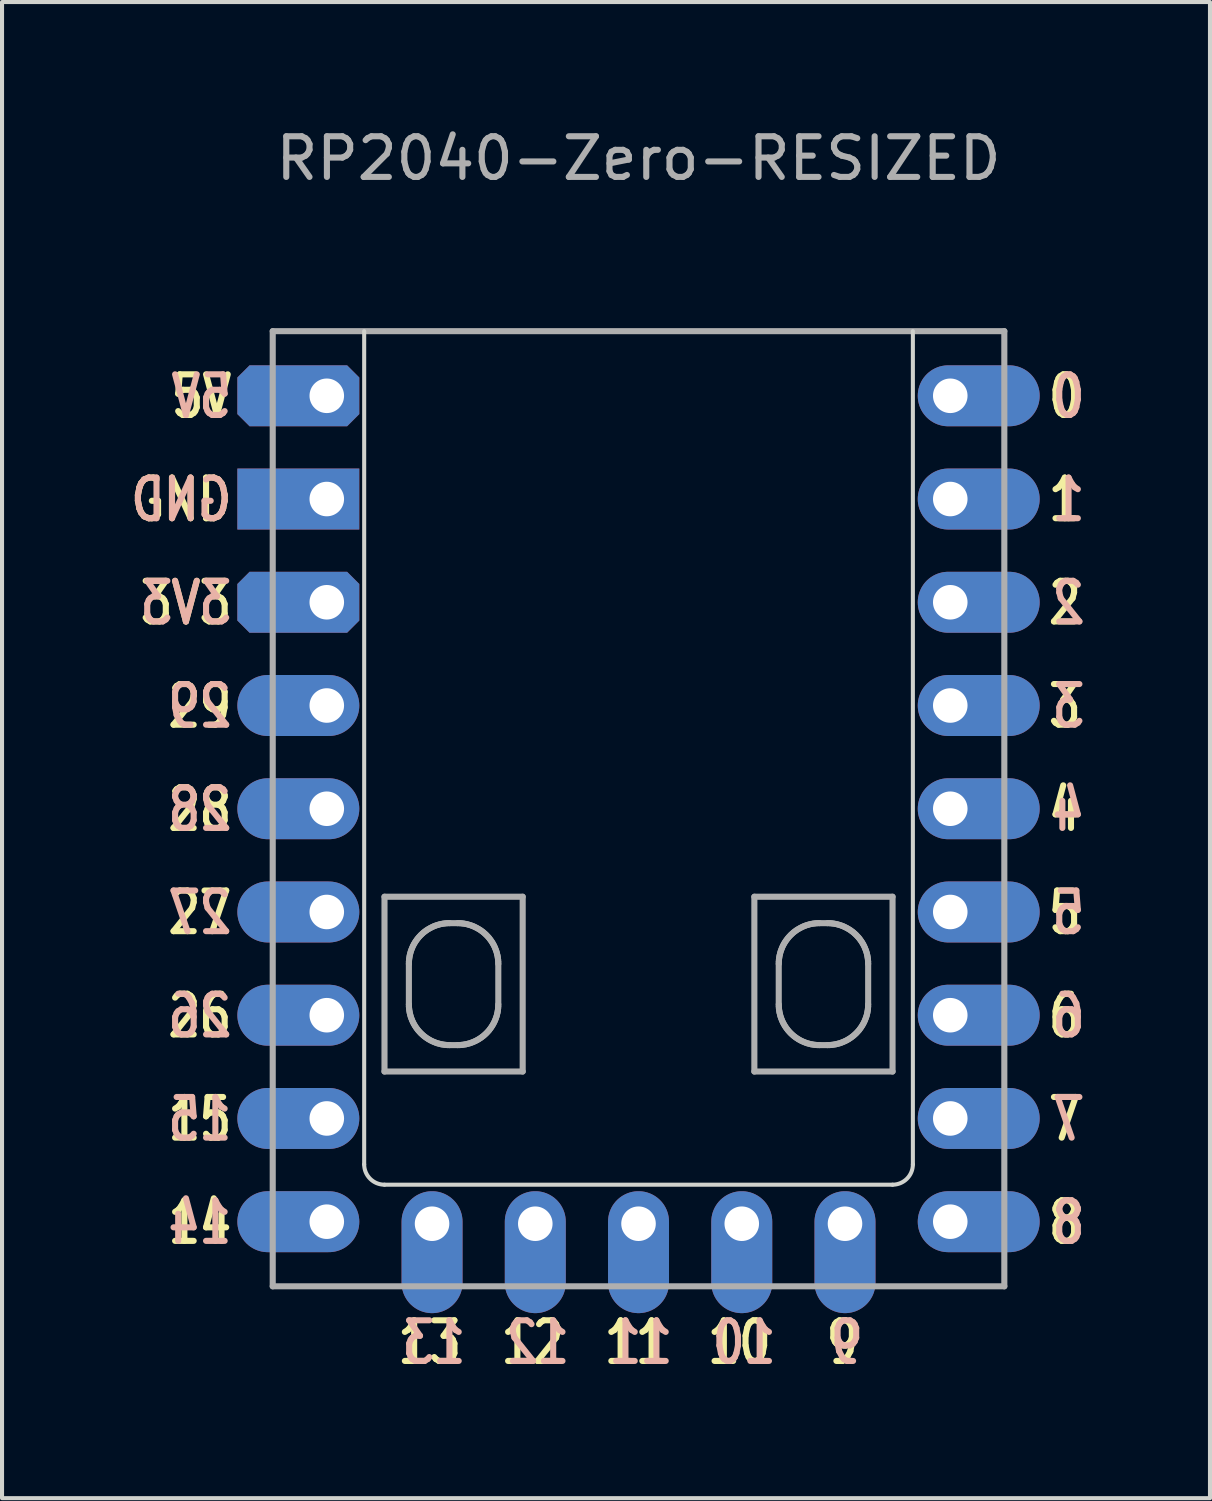
<source format=kicad_pcb>
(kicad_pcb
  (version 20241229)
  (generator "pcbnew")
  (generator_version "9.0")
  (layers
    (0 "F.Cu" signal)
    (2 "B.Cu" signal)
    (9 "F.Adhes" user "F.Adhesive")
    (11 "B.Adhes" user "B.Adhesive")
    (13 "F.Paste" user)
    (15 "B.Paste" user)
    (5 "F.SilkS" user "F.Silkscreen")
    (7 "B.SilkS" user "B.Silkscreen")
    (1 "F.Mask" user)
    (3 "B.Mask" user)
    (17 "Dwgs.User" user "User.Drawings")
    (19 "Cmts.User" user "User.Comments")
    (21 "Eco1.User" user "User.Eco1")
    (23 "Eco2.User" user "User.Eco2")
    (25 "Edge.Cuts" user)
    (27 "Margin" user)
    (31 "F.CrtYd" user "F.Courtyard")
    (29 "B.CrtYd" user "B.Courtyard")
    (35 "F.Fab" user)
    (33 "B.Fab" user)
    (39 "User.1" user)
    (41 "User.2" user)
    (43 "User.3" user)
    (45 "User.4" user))
  (footprint "RP2040-Zero-RESIZED"
    (layer "F.Cu")
    (at 12.66 16.848)
    (property "Reference" "RP2040-Zero-RESIZED" (at 0 -16 0) (layer "F.Fab") (effects (font (size 1 1) (thickness 0.15))))
    (attr through_hole exclude_from_pos_files)
    (fp_line (start -6.75 -11.75) (end -6.75 8.75) (stroke (width 0.1) (type solid)) (layer "Edge.Cuts"))
    (fp_line (start -6.25 9.25) (end 6.25 9.25) (stroke (width 0.1) (type solid)) (layer "Edge.Cuts"))
    (fp_line (start 6.75 8.75) (end 6.75 -11.75) (stroke (width 0.1) (type solid)) (layer "Edge.Cuts"))
    (fp_arc (start -6.25 9.25) (mid -6.603553 9.103553) (end -6.75 8.75) (stroke (width 0.1) (type default)) (layer "Edge.Cuts"))
    (fp_arc (start 6.75 8.75) (mid 6.603553 9.103553) (end 6.25 9.25) (stroke (width 0.1) (type default)) (layer "Edge.Cuts"))
    (fp_line (start -9 -11.75) (end 9 -11.75) (stroke (width 0.15) (type default)) (layer "F.Fab"))
    (fp_line (start -9 11.75) (end -9 -11.75) (stroke (width 0.15) (type default)) (layer "F.Fab"))
    (fp_line (start -9 11.75) (end 9 11.75) (stroke (width 0.15) (type default)) (layer "F.Fab"))
    (fp_line (start -6.25 2.165) (end -2.85 2.165) (stroke (width 0.15) (type default)) (layer "F.Fab"))
    (fp_line (start -6.25 6.465) (end -6.25 2.165) (stroke (width 0.15) (type default)) (layer "F.Fab"))
    (fp_line (start -5.65 3.815) (end -5.649 3.763) (stroke (width 0.15) (type default)) (layer "F.Fab"))
    (fp_line (start -5.65 4.815) (end -5.65 3.815) (stroke (width 0.15) (type default)) (layer "F.Fab"))
    (fp_line (start -5.649 3.763) (end -5.645 3.713) (stroke (width 0.15) (type default)) (layer "F.Fab"))
    (fp_line (start -5.649 4.866) (end -5.65 4.815) (stroke (width 0.15) (type default)) (layer "F.Fab"))
    (fp_line (start -5.645 3.713) (end -5.638 3.663) (stroke (width 0.15) (type default)) (layer "F.Fab"))
    (fp_line (start -5.645 4.917) (end -5.649 4.866) (stroke (width 0.15) (type default)) (layer "F.Fab"))
    (fp_line (start -5.638 3.663) (end -5.63 3.613) (stroke (width 0.15) (type default)) (layer "F.Fab"))
    (fp_line (start -5.638 4.967) (end -5.645 4.917) (stroke (width 0.15) (type default)) (layer "F.Fab"))
    (fp_line (start -5.63 3.613) (end -5.618 3.565) (stroke (width 0.15) (type default)) (layer "F.Fab"))
    (fp_line (start -5.63 5.016) (end -5.638 4.967) (stroke (width 0.15) (type default)) (layer "F.Fab"))
    (fp_line (start -5.618 3.565) (end -5.605 3.518) (stroke (width 0.15) (type default)) (layer "F.Fab"))
    (fp_line (start -5.618 5.065) (end -5.63 5.016) (stroke (width 0.15) (type default)) (layer "F.Fab"))
    (fp_line (start -5.605 3.518) (end -5.589 3.471) (stroke (width 0.15) (type default)) (layer "F.Fab"))
    (fp_line (start -5.605 5.112) (end -5.618 5.065) (stroke (width 0.15) (type default)) (layer "F.Fab"))
    (fp_line (start -5.589 3.471) (end -5.571 3.426) (stroke (width 0.15) (type default)) (layer "F.Fab"))
    (fp_line (start -5.589 5.159) (end -5.605 5.112) (stroke (width 0.15) (type default)) (layer "F.Fab"))
    (fp_line (start -5.571 3.426) (end -5.551 3.381) (stroke (width 0.15) (type default)) (layer "F.Fab"))
    (fp_line (start -5.571 5.204) (end -5.589 5.159) (stroke (width 0.15) (type default)) (layer "F.Fab"))
    (fp_line (start -5.551 3.381) (end -5.529 3.338) (stroke (width 0.15) (type default)) (layer "F.Fab"))
    (fp_line (start -5.551 5.248) (end -5.571 5.204) (stroke (width 0.15) (type default)) (layer "F.Fab"))
    (fp_line (start -5.529 3.338) (end -5.505 3.296) (stroke (width 0.15) (type default)) (layer "F.Fab"))
    (fp_line (start -5.529 5.291) (end -5.551 5.248) (stroke (width 0.15) (type default)) (layer "F.Fab"))
    (fp_line (start -5.505 3.296) (end -5.479 3.256) (stroke (width 0.15) (type default)) (layer "F.Fab"))
    (fp_line (start -5.505 5.333) (end -5.529 5.291) (stroke (width 0.15) (type default)) (layer "F.Fab"))
    (fp_line (start -5.479 3.256) (end -5.451 3.217) (stroke (width 0.15) (type default)) (layer "F.Fab"))
    (fp_line (start -5.479 5.374) (end -5.505 5.333) (stroke (width 0.15) (type default)) (layer "F.Fab"))
    (fp_line (start -5.451 3.217) (end -5.421 3.179) (stroke (width 0.15) (type default)) (layer "F.Fab"))
    (fp_line (start -5.451 5.413) (end -5.479 5.374) (stroke (width 0.15) (type default)) (layer "F.Fab"))
    (fp_line (start -5.421 3.179) (end -5.39 3.143) (stroke (width 0.15) (type default)) (layer "F.Fab"))
    (fp_line (start -5.421 5.451) (end -5.451 5.413) (stroke (width 0.15) (type default)) (layer "F.Fab"))
    (fp_line (start -5.39 3.143) (end -5.357 3.108) (stroke (width 0.15) (type default)) (layer "F.Fab"))
    (fp_line (start -5.39 5.487) (end -5.421 5.451) (stroke (width 0.15) (type default)) (layer "F.Fab"))
    (fp_line (start -5.357 3.108) (end -5.322 3.075) (stroke (width 0.15) (type default)) (layer "F.Fab"))
    (fp_line (start -5.357 5.522) (end -5.39 5.487) (stroke (width 0.15) (type default)) (layer "F.Fab"))
    (fp_line (start -5.322 3.075) (end -5.286 3.043) (stroke (width 0.15) (type default)) (layer "F.Fab"))
    (fp_line (start -5.322 5.555) (end -5.357 5.522) (stroke (width 0.15) (type default)) (layer "F.Fab"))
    (fp_line (start -5.286 3.043) (end -5.248 3.014) (stroke (width 0.15) (type default)) (layer "F.Fab"))
    (fp_line (start -5.286 5.586) (end -5.322 5.555) (stroke (width 0.15) (type default)) (layer "F.Fab"))
    (fp_line (start -5.248 3.014) (end -5.209 2.986) (stroke (width 0.15) (type default)) (layer "F.Fab"))
    (fp_line (start -5.248 5.616) (end -5.286 5.586) (stroke (width 0.15) (type default)) (layer "F.Fab"))
    (fp_line (start -5.209 2.986) (end -5.168 2.96) (stroke (width 0.15) (type default)) (layer "F.Fab"))
    (fp_line (start -5.209 5.644) (end -5.248 5.616) (stroke (width 0.15) (type default)) (layer "F.Fab"))
    (fp_line (start -5.168 2.96) (end -5.126 2.936) (stroke (width 0.15) (type default)) (layer "F.Fab"))
    (fp_line (start -5.168 5.67) (end -5.209 5.644) (stroke (width 0.15) (type default)) (layer "F.Fab"))
    (fp_line (start -5.126 2.936) (end -5.083 2.914) (stroke (width 0.15) (type default)) (layer "F.Fab"))
    (fp_line (start -5.126 5.694) (end -5.168 5.67) (stroke (width 0.15) (type default)) (layer "F.Fab"))
    (fp_line (start -5.083 2.914) (end -5.039 2.893) (stroke (width 0.15) (type default)) (layer "F.Fab"))
    (fp_line (start -5.083 5.716) (end -5.126 5.694) (stroke (width 0.15) (type default)) (layer "F.Fab"))
    (fp_line (start -5.039 2.893) (end -4.994 2.876) (stroke (width 0.15) (type default)) (layer "F.Fab"))
    (fp_line (start -5.039 5.736) (end -5.083 5.716) (stroke (width 0.15) (type default)) (layer "F.Fab"))
    (fp_line (start -4.994 2.876) (end -4.947 2.86) (stroke (width 0.15) (type default)) (layer "F.Fab"))
    (fp_line (start -4.994 5.754) (end -5.039 5.736) (stroke (width 0.15) (type default)) (layer "F.Fab"))
    (fp_line (start -4.947 2.86) (end -4.9 2.846) (stroke (width 0.15) (type default)) (layer "F.Fab"))
    (fp_line (start -4.947 5.77) (end -4.994 5.754) (stroke (width 0.15) (type default)) (layer "F.Fab"))
    (fp_line (start -4.9 2.846) (end -4.851 2.835) (stroke (width 0.15) (type default)) (layer "F.Fab"))
    (fp_line (start -4.9 5.783) (end -4.947 5.77) (stroke (width 0.15) (type default)) (layer "F.Fab"))
    (fp_line (start -4.851 2.835) (end -4.802 2.826) (stroke (width 0.15) (type default)) (layer "F.Fab"))
    (fp_line (start -4.851 5.795) (end -4.9 5.783) (stroke (width 0.15) (type default)) (layer "F.Fab"))
    (fp_line (start -4.802 2.826) (end -4.752 2.82) (stroke (width 0.15) (type default)) (layer "F.Fab"))
    (fp_line (start -4.802 5.803) (end -4.851 5.795) (stroke (width 0.15) (type default)) (layer "F.Fab"))
    (fp_line (start -4.752 2.82) (end -4.701 2.816) (stroke (width 0.15) (type default)) (layer "F.Fab"))
    (fp_line (start -4.752 5.81) (end -4.802 5.803) (stroke (width 0.15) (type default)) (layer "F.Fab"))
    (fp_line (start -4.701 2.816) (end -4.65 2.815) (stroke (width 0.15) (type default)) (layer "F.Fab"))
    (fp_line (start -4.701 5.814) (end -4.752 5.81) (stroke (width 0.15) (type default)) (layer "F.Fab"))
    (fp_line (start -4.65 2.815) (end -4.45 2.815) (stroke (width 0.15) (type default)) (layer "F.Fab"))
    (fp_line (start -4.65 5.815) (end -4.701 5.814) (stroke (width 0.15) (type default)) (layer "F.Fab"))
    (fp_line (start -4.45 2.815) (end -4.399 2.816) (stroke (width 0.15) (type default)) (layer "F.Fab"))
    (fp_line (start -4.45 5.815) (end -4.65 5.815) (stroke (width 0.15) (type default)) (layer "F.Fab"))
    (fp_line (start -4.399 2.816) (end -4.348 2.82) (stroke (width 0.15) (type default)) (layer "F.Fab"))
    (fp_line (start -4.399 5.814) (end -4.45 5.815) (stroke (width 0.15) (type default)) (layer "F.Fab"))
    (fp_line (start -4.348 2.82) (end -4.298 2.826) (stroke (width 0.15) (type default)) (layer "F.Fab"))
    (fp_line (start -4.348 5.81) (end -4.399 5.814) (stroke (width 0.15) (type default)) (layer "F.Fab"))
    (fp_line (start -4.298 2.826) (end -4.248 2.835) (stroke (width 0.15) (type default)) (layer "F.Fab"))
    (fp_line (start -4.298 5.803) (end -4.348 5.81) (stroke (width 0.15) (type default)) (layer "F.Fab"))
    (fp_line (start -4.248 2.835) (end -4.2 2.846) (stroke (width 0.15) (type default)) (layer "F.Fab"))
    (fp_line (start -4.248 5.795) (end -4.298 5.803) (stroke (width 0.15) (type default)) (layer "F.Fab"))
    (fp_line (start -4.2 2.846) (end -4.153 2.86) (stroke (width 0.15) (type default)) (layer "F.Fab"))
    (fp_line (start -4.2 5.783) (end -4.248 5.795) (stroke (width 0.15) (type default)) (layer "F.Fab"))
    (fp_line (start -4.153 2.86) (end -4.106 2.876) (stroke (width 0.15) (type default)) (layer "F.Fab"))
    (fp_line (start -4.153 5.77) (end -4.2 5.783) (stroke (width 0.15) (type default)) (layer "F.Fab"))
    (fp_line (start -4.106 2.876) (end -4.061 2.893) (stroke (width 0.15) (type default)) (layer "F.Fab"))
    (fp_line (start -4.106 5.754) (end -4.153 5.77) (stroke (width 0.15) (type default)) (layer "F.Fab"))
    (fp_line (start -4.061 2.893) (end -4.017 2.914) (stroke (width 0.15) (type default)) (layer "F.Fab"))
    (fp_line (start -4.061 5.736) (end -4.106 5.754) (stroke (width 0.15) (type default)) (layer "F.Fab"))
    (fp_line (start -4.017 2.914) (end -3.974 2.936) (stroke (width 0.15) (type default)) (layer "F.Fab"))
    (fp_line (start -4.017 5.716) (end -4.061 5.736) (stroke (width 0.15) (type default)) (layer "F.Fab"))
    (fp_line (start -3.974 2.936) (end -3.932 2.96) (stroke (width 0.15) (type default)) (layer "F.Fab"))
    (fp_line (start -3.974 5.694) (end -4.017 5.716) (stroke (width 0.15) (type default)) (layer "F.Fab"))
    (fp_line (start -3.932 2.96) (end -3.891 2.986) (stroke (width 0.15) (type default)) (layer "F.Fab"))
    (fp_line (start -3.932 5.67) (end -3.974 5.694) (stroke (width 0.15) (type default)) (layer "F.Fab"))
    (fp_line (start -3.891 2.986) (end -3.852 3.014) (stroke (width 0.15) (type default)) (layer "F.Fab"))
    (fp_line (start -3.891 5.644) (end -3.932 5.67) (stroke (width 0.15) (type default)) (layer "F.Fab"))
    (fp_line (start -3.852 3.014) (end -3.814 3.043) (stroke (width 0.15) (type default)) (layer "F.Fab"))
    (fp_line (start -3.852 5.616) (end -3.891 5.644) (stroke (width 0.15) (type default)) (layer "F.Fab"))
    (fp_line (start -3.814 3.043) (end -3.778 3.075) (stroke (width 0.15) (type default)) (layer "F.Fab"))
    (fp_line (start -3.814 5.586) (end -3.852 5.616) (stroke (width 0.15) (type default)) (layer "F.Fab"))
    (fp_line (start -3.778 3.075) (end -3.743 3.108) (stroke (width 0.15) (type default)) (layer "F.Fab"))
    (fp_line (start -3.778 5.555) (end -3.814 5.586) (stroke (width 0.15) (type default)) (layer "F.Fab"))
    (fp_line (start -3.743 3.108) (end -3.71 3.143) (stroke (width 0.15) (type default)) (layer "F.Fab"))
    (fp_line (start -3.743 5.522) (end -3.778 5.555) (stroke (width 0.15) (type default)) (layer "F.Fab"))
    (fp_line (start -3.71 3.143) (end -3.678 3.179) (stroke (width 0.15) (type default)) (layer "F.Fab"))
    (fp_line (start -3.71 5.487) (end -3.743 5.522) (stroke (width 0.15) (type default)) (layer "F.Fab"))
    (fp_line (start -3.678 3.179) (end -3.649 3.217) (stroke (width 0.15) (type default)) (layer "F.Fab"))
    (fp_line (start -3.678 5.451) (end -3.71 5.487) (stroke (width 0.15) (type default)) (layer "F.Fab"))
    (fp_line (start -3.649 3.217) (end -3.621 3.256) (stroke (width 0.15) (type default)) (layer "F.Fab"))
    (fp_line (start -3.649 5.413) (end -3.678 5.451) (stroke (width 0.15) (type default)) (layer "F.Fab"))
    (fp_line (start -3.621 3.256) (end -3.595 3.296) (stroke (width 0.15) (type default)) (layer "F.Fab"))
    (fp_line (start -3.621 5.374) (end -3.649 5.413) (stroke (width 0.15) (type default)) (layer "F.Fab"))
    (fp_line (start -3.595 3.296) (end -3.571 3.338) (stroke (width 0.15) (type default)) (layer "F.Fab"))
    (fp_line (start -3.595 5.333) (end -3.621 5.374) (stroke (width 0.15) (type default)) (layer "F.Fab"))
    (fp_line (start -3.571 3.338) (end -3.549 3.381) (stroke (width 0.15) (type default)) (layer "F.Fab"))
    (fp_line (start -3.571 5.291) (end -3.595 5.333) (stroke (width 0.15) (type default)) (layer "F.Fab"))
    (fp_line (start -3.549 3.381) (end -3.529 3.426) (stroke (width 0.15) (type default)) (layer "F.Fab"))
    (fp_line (start -3.549 5.248) (end -3.571 5.291) (stroke (width 0.15) (type default)) (layer "F.Fab"))
    (fp_line (start -3.529 3.426) (end -3.511 3.471) (stroke (width 0.15) (type default)) (layer "F.Fab"))
    (fp_line (start -3.529 5.204) (end -3.549 5.248) (stroke (width 0.15) (type default)) (layer "F.Fab"))
    (fp_line (start -3.511 3.471) (end -3.495 3.518) (stroke (width 0.15) (type default)) (layer "F.Fab"))
    (fp_line (start -3.511 5.159) (end -3.529 5.204) (stroke (width 0.15) (type default)) (layer "F.Fab"))
    (fp_line (start -3.495 3.518) (end -3.482 3.565) (stroke (width 0.15) (type default)) (layer "F.Fab"))
    (fp_line (start -3.495 5.112) (end -3.511 5.159) (stroke (width 0.15) (type default)) (layer "F.Fab"))
    (fp_line (start -3.482 3.565) (end -3.47 3.613) (stroke (width 0.15) (type default)) (layer "F.Fab"))
    (fp_line (start -3.482 5.065) (end -3.495 5.112) (stroke (width 0.15) (type default)) (layer "F.Fab"))
    (fp_line (start -3.47 3.613) (end -3.462 3.663) (stroke (width 0.15) (type default)) (layer "F.Fab"))
    (fp_line (start -3.47 5.016) (end -3.482 5.065) (stroke (width 0.15) (type default)) (layer "F.Fab"))
    (fp_line (start -3.462 3.663) (end -3.455 3.713) (stroke (width 0.15) (type default)) (layer "F.Fab"))
    (fp_line (start -3.462 4.967) (end -3.47 5.016) (stroke (width 0.15) (type default)) (layer "F.Fab"))
    (fp_line (start -3.455 3.713) (end -3.451 3.763) (stroke (width 0.15) (type default)) (layer "F.Fab"))
    (fp_line (start -3.455 4.917) (end -3.462 4.967) (stroke (width 0.15) (type default)) (layer "F.Fab"))
    (fp_line (start -3.451 3.763) (end -3.45 3.815) (stroke (width 0.15) (type default)) (layer "F.Fab"))
    (fp_line (start -3.451 4.866) (end -3.455 4.917) (stroke (width 0.15) (type default)) (layer "F.Fab"))
    (fp_line (start -3.45 3.815) (end -3.45 4.815) (stroke (width 0.15) (type default)) (layer "F.Fab"))
    (fp_line (start -3.45 4.815) (end -3.451 4.866) (stroke (width 0.15) (type default)) (layer "F.Fab"))
    (fp_line (start -2.85 2.165) (end -2.85 6.465) (stroke (width 0.15) (type default)) (layer "F.Fab"))
    (fp_line (start -2.85 6.465) (end -6.25 6.465) (stroke (width 0.15) (type default)) (layer "F.Fab"))
    (fp_line (start 2.85 2.165) (end 6.25 2.165) (stroke (width 0.15) (type default)) (layer "F.Fab"))
    (fp_line (start 2.85 6.465) (end 2.85 2.165) (stroke (width 0.15) (type default)) (layer "F.Fab"))
    (fp_line (start 3.45 3.815) (end 3.451 3.763) (stroke (width 0.15) (type default)) (layer "F.Fab"))
    (fp_line (start 3.45 4.815) (end 3.45 3.815) (stroke (width 0.15) (type default)) (layer "F.Fab"))
    (fp_line (start 3.451 3.763) (end 3.455 3.713) (stroke (width 0.15) (type default)) (layer "F.Fab"))
    (fp_line (start 3.451 4.866) (end 3.45 4.815) (stroke (width 0.15) (type default)) (layer "F.Fab"))
    (fp_line (start 3.455 3.713) (end 3.462 3.663) (stroke (width 0.15) (type default)) (layer "F.Fab"))
    (fp_line (start 3.455 4.917) (end 3.451 4.866) (stroke (width 0.15) (type default)) (layer "F.Fab"))
    (fp_line (start 3.462 3.663) (end 3.47 3.613) (stroke (width 0.15) (type default)) (layer "F.Fab"))
    (fp_line (start 3.462 4.967) (end 3.455 4.917) (stroke (width 0.15) (type default)) (layer "F.Fab"))
    (fp_line (start 3.47 3.613) (end 3.482 3.565) (stroke (width 0.15) (type default)) (layer "F.Fab"))
    (fp_line (start 3.47 5.016) (end 3.462 4.967) (stroke (width 0.15) (type default)) (layer "F.Fab"))
    (fp_line (start 3.482 3.565) (end 3.495 3.518) (stroke (width 0.15) (type default)) (layer "F.Fab"))
    (fp_line (start 3.482 5.065) (end 3.47 5.016) (stroke (width 0.15) (type default)) (layer "F.Fab"))
    (fp_line (start 3.495 3.518) (end 3.511 3.471) (stroke (width 0.15) (type default)) (layer "F.Fab"))
    (fp_line (start 3.495 5.112) (end 3.482 5.065) (stroke (width 0.15) (type default)) (layer "F.Fab"))
    (fp_line (start 3.511 3.471) (end 3.529 3.426) (stroke (width 0.15) (type default)) (layer "F.Fab"))
    (fp_line (start 3.511 5.159) (end 3.495 5.112) (stroke (width 0.15) (type default)) (layer "F.Fab"))
    (fp_line (start 3.529 3.426) (end 3.549 3.381) (stroke (width 0.15) (type default)) (layer "F.Fab"))
    (fp_line (start 3.529 5.204) (end 3.511 5.159) (stroke (width 0.15) (type default)) (layer "F.Fab"))
    (fp_line (start 3.549 3.381) (end 3.571 3.338) (stroke (width 0.15) (type default)) (layer "F.Fab"))
    (fp_line (start 3.549 5.248) (end 3.529 5.204) (stroke (width 0.15) (type default)) (layer "F.Fab"))
    (fp_line (start 3.571 3.338) (end 3.595 3.296) (stroke (width 0.15) (type default)) (layer "F.Fab"))
    (fp_line (start 3.571 5.291) (end 3.549 5.248) (stroke (width 0.15) (type default)) (layer "F.Fab"))
    (fp_line (start 3.595 3.296) (end 3.621 3.256) (stroke (width 0.15) (type default)) (layer "F.Fab"))
    (fp_line (start 3.595 5.333) (end 3.571 5.291) (stroke (width 0.15) (type default)) (layer "F.Fab"))
    (fp_line (start 3.621 3.256) (end 3.649 3.217) (stroke (width 0.15) (type default)) (layer "F.Fab"))
    (fp_line (start 3.621 5.374) (end 3.595 5.333) (stroke (width 0.15) (type default)) (layer "F.Fab"))
    (fp_line (start 3.649 3.217) (end 3.679 3.179) (stroke (width 0.15) (type default)) (layer "F.Fab"))
    (fp_line (start 3.649 5.413) (end 3.621 5.374) (stroke (width 0.15) (type default)) (layer "F.Fab"))
    (fp_line (start 3.679 3.179) (end 3.71 3.143) (stroke (width 0.15) (type default)) (layer "F.Fab"))
    (fp_line (start 3.679 5.451) (end 3.649 5.413) (stroke (width 0.15) (type default)) (layer "F.Fab"))
    (fp_line (start 3.71 3.143) (end 3.743 3.108) (stroke (width 0.15) (type default)) (layer "F.Fab"))
    (fp_line (start 3.71 5.487) (end 3.679 5.451) (stroke (width 0.15) (type default)) (layer "F.Fab"))
    (fp_line (start 3.743 3.108) (end 3.778 3.075) (stroke (width 0.15) (type default)) (layer "F.Fab"))
    (fp_line (start 3.743 5.522) (end 3.71 5.487) (stroke (width 0.15) (type default)) (layer "F.Fab"))
    (fp_line (start 3.778 3.075) (end 3.814 3.043) (stroke (width 0.15) (type default)) (layer "F.Fab"))
    (fp_line (start 3.778 5.555) (end 3.743 5.522) (stroke (width 0.15) (type default)) (layer "F.Fab"))
    (fp_line (start 3.814 3.043) (end 3.852 3.014) (stroke (width 0.15) (type default)) (layer "F.Fab"))
    (fp_line (start 3.814 5.586) (end 3.778 5.555) (stroke (width 0.15) (type default)) (layer "F.Fab"))
    (fp_line (start 3.852 3.014) (end 3.891 2.986) (stroke (width 0.15) (type default)) (layer "F.Fab"))
    (fp_line (start 3.852 5.616) (end 3.814 5.586) (stroke (width 0.15) (type default)) (layer "F.Fab"))
    (fp_line (start 3.891 2.986) (end 3.932 2.96) (stroke (width 0.15) (type default)) (layer "F.Fab"))
    (fp_line (start 3.891 5.644) (end 3.852 5.616) (stroke (width 0.15) (type default)) (layer "F.Fab"))
    (fp_line (start 3.932 2.96) (end 3.974 2.936) (stroke (width 0.15) (type default)) (layer "F.Fab"))
    (fp_line (start 3.932 5.67) (end 3.891 5.644) (stroke (width 0.15) (type default)) (layer "F.Fab"))
    (fp_line (start 3.974 2.936) (end 4.017 2.914) (stroke (width 0.15) (type default)) (layer "F.Fab"))
    (fp_line (start 3.974 5.694) (end 3.932 5.67) (stroke (width 0.15) (type default)) (layer "F.Fab"))
    (fp_line (start 4.017 2.914) (end 4.061 2.893) (stroke (width 0.15) (type default)) (layer "F.Fab"))
    (fp_line (start 4.017 5.716) (end 3.974 5.694) (stroke (width 0.15) (type default)) (layer "F.Fab"))
    (fp_line (start 4.061 2.893) (end 4.106 2.876) (stroke (width 0.15) (type default)) (layer "F.Fab"))
    (fp_line (start 4.061 5.736) (end 4.017 5.716) (stroke (width 0.15) (type default)) (layer "F.Fab"))
    (fp_line (start 4.106 2.876) (end 4.153 2.86) (stroke (width 0.15) (type default)) (layer "F.Fab"))
    (fp_line (start 4.106 5.754) (end 4.061 5.736) (stroke (width 0.15) (type default)) (layer "F.Fab"))
    (fp_line (start 4.153 2.86) (end 4.2 2.846) (stroke (width 0.15) (type default)) (layer "F.Fab"))
    (fp_line (start 4.153 5.77) (end 4.106 5.754) (stroke (width 0.15) (type default)) (layer "F.Fab"))
    (fp_line (start 4.2 2.846) (end 4.249 2.835) (stroke (width 0.15) (type default)) (layer "F.Fab"))
    (fp_line (start 4.2 5.783) (end 4.153 5.77) (stroke (width 0.15) (type default)) (layer "F.Fab"))
    (fp_line (start 4.249 2.835) (end 4.298 2.826) (stroke (width 0.15) (type default)) (layer "F.Fab"))
    (fp_line (start 4.249 5.795) (end 4.2 5.783) (stroke (width 0.15) (type default)) (layer "F.Fab"))
    (fp_line (start 4.298 2.826) (end 4.348 2.82) (stroke (width 0.15) (type default)) (layer "F.Fab"))
    (fp_line (start 4.298 5.803) (end 4.249 5.795) (stroke (width 0.15) (type default)) (layer "F.Fab"))
    (fp_line (start 4.348 2.82) (end 4.399 2.816) (stroke (width 0.15) (type default)) (layer "F.Fab"))
    (fp_line (start 4.348 5.81) (end 4.298 5.803) (stroke (width 0.15) (type default)) (layer "F.Fab"))
    (fp_line (start 4.399 2.816) (end 4.45 2.815) (stroke (width 0.15) (type default)) (layer "F.Fab"))
    (fp_line (start 4.399 5.814) (end 4.348 5.81) (stroke (width 0.15) (type default)) (layer "F.Fab"))
    (fp_line (start 4.45 2.815) (end 4.65 2.815) (stroke (width 0.15) (type default)) (layer "F.Fab"))
    (fp_line (start 4.45 5.815) (end 4.399 5.814) (stroke (width 0.15) (type default)) (layer "F.Fab"))
    (fp_line (start 4.65 2.815) (end 4.702 2.816) (stroke (width 0.15) (type default)) (layer "F.Fab"))
    (fp_line (start 4.65 5.815) (end 4.45 5.815) (stroke (width 0.15) (type default)) (layer "F.Fab"))
    (fp_line (start 4.702 2.816) (end 4.752 2.82) (stroke (width 0.15) (type default)) (layer "F.Fab"))
    (fp_line (start 4.702 5.814) (end 4.65 5.815) (stroke (width 0.15) (type default)) (layer "F.Fab"))
    (fp_line (start 4.752 2.82) (end 4.802 2.826) (stroke (width 0.15) (type default)) (layer "F.Fab"))
    (fp_line (start 4.752 5.81) (end 4.702 5.814) (stroke (width 0.15) (type default)) (layer "F.Fab"))
    (fp_line (start 4.802 2.826) (end 4.851 2.835) (stroke (width 0.15) (type default)) (layer "F.Fab"))
    (fp_line (start 4.802 5.803) (end 4.752 5.81) (stroke (width 0.15) (type default)) (layer "F.Fab"))
    (fp_line (start 4.851 2.835) (end 4.9 2.846) (stroke (width 0.15) (type default)) (layer "F.Fab"))
    (fp_line (start 4.851 5.795) (end 4.802 5.803) (stroke (width 0.15) (type default)) (layer "F.Fab"))
    (fp_line (start 4.9 2.846) (end 4.947 2.86) (stroke (width 0.15) (type default)) (layer "F.Fab"))
    (fp_line (start 4.9 5.783) (end 4.851 5.795) (stroke (width 0.15) (type default)) (layer "F.Fab"))
    (fp_line (start 4.947 2.86) (end 4.994 2.876) (stroke (width 0.15) (type default)) (layer "F.Fab"))
    (fp_line (start 4.947 5.77) (end 4.9 5.783) (stroke (width 0.15) (type default)) (layer "F.Fab"))
    (fp_line (start 4.994 2.876) (end 5.039 2.893) (stroke (width 0.15) (type default)) (layer "F.Fab"))
    (fp_line (start 4.994 5.754) (end 4.947 5.77) (stroke (width 0.15) (type default)) (layer "F.Fab"))
    (fp_line (start 5.039 2.893) (end 5.083 2.914) (stroke (width 0.15) (type default)) (layer "F.Fab"))
    (fp_line (start 5.039 5.736) (end 4.994 5.754) (stroke (width 0.15) (type default)) (layer "F.Fab"))
    (fp_line (start 5.083 2.914) (end 5.127 2.936) (stroke (width 0.15) (type default)) (layer "F.Fab"))
    (fp_line (start 5.083 5.716) (end 5.039 5.736) (stroke (width 0.15) (type default)) (layer "F.Fab"))
    (fp_line (start 5.127 2.936) (end 5.168 2.96) (stroke (width 0.15) (type default)) (layer "F.Fab"))
    (fp_line (start 5.127 5.694) (end 5.083 5.716) (stroke (width 0.15) (type default)) (layer "F.Fab"))
    (fp_line (start 5.168 2.96) (end 5.209 2.986) (stroke (width 0.15) (type default)) (layer "F.Fab"))
    (fp_line (start 5.168 5.67) (end 5.127 5.694) (stroke (width 0.15) (type default)) (layer "F.Fab"))
    (fp_line (start 5.209 2.986) (end 5.248 3.014) (stroke (width 0.15) (type default)) (layer "F.Fab"))
    (fp_line (start 5.209 5.644) (end 5.168 5.67) (stroke (width 0.15) (type default)) (layer "F.Fab"))
    (fp_line (start 5.248 3.014) (end 5.286 3.043) (stroke (width 0.15) (type default)) (layer "F.Fab"))
    (fp_line (start 5.248 5.616) (end 5.209 5.644) (stroke (width 0.15) (type default)) (layer "F.Fab"))
    (fp_line (start 5.286 3.043) (end 5.322 3.075) (stroke (width 0.15) (type default)) (layer "F.Fab"))
    (fp_line (start 5.286 5.586) (end 5.248 5.616) (stroke (width 0.15) (type default)) (layer "F.Fab"))
    (fp_line (start 5.322 3.075) (end 5.357 3.108) (stroke (width 0.15) (type default)) (layer "F.Fab"))
    (fp_line (start 5.322 5.555) (end 5.286 5.586) (stroke (width 0.15) (type default)) (layer "F.Fab"))
    (fp_line (start 5.357 3.108) (end 5.39 3.143) (stroke (width 0.15) (type default)) (layer "F.Fab"))
    (fp_line (start 5.357 5.522) (end 5.322 5.555) (stroke (width 0.15) (type default)) (layer "F.Fab"))
    (fp_line (start 5.39 3.143) (end 5.422 3.179) (stroke (width 0.15) (type default)) (layer "F.Fab"))
    (fp_line (start 5.39 5.487) (end 5.357 5.522) (stroke (width 0.15) (type default)) (layer "F.Fab"))
    (fp_line (start 5.422 3.179) (end 5.451 3.217) (stroke (width 0.15) (type default)) (layer "F.Fab"))
    (fp_line (start 5.422 5.451) (end 5.39 5.487) (stroke (width 0.15) (type default)) (layer "F.Fab"))
    (fp_line (start 5.451 3.217) (end 5.479 3.256) (stroke (width 0.15) (type default)) (layer "F.Fab"))
    (fp_line (start 5.451 5.413) (end 5.422 5.451) (stroke (width 0.15) (type default)) (layer "F.Fab"))
    (fp_line (start 5.479 3.256) (end 5.505 3.296) (stroke (width 0.15) (type default)) (layer "F.Fab"))
    (fp_line (start 5.479 5.374) (end 5.451 5.413) (stroke (width 0.15) (type default)) (layer "F.Fab"))
    (fp_line (start 5.505 3.296) (end 5.529 3.338) (stroke (width 0.15) (type default)) (layer "F.Fab"))
    (fp_line (start 5.505 5.333) (end 5.479 5.374) (stroke (width 0.15) (type default)) (layer "F.Fab"))
    (fp_line (start 5.529 3.338) (end 5.551 3.381) (stroke (width 0.15) (type default)) (layer "F.Fab"))
    (fp_line (start 5.529 5.291) (end 5.505 5.333) (stroke (width 0.15) (type default)) (layer "F.Fab"))
    (fp_line (start 5.551 3.381) (end 5.571 3.426) (stroke (width 0.15) (type default)) (layer "F.Fab"))
    (fp_line (start 5.551 5.248) (end 5.529 5.291) (stroke (width 0.15) (type default)) (layer "F.Fab"))
    (fp_line (start 5.571 3.426) (end 5.589 3.471) (stroke (width 0.15) (type default)) (layer "F.Fab"))
    (fp_line (start 5.571 5.204) (end 5.551 5.248) (stroke (width 0.15) (type default)) (layer "F.Fab"))
    (fp_line (start 5.589 3.471) (end 5.605 3.518) (stroke (width 0.15) (type default)) (layer "F.Fab"))
    (fp_line (start 5.589 5.159) (end 5.571 5.204) (stroke (width 0.15) (type default)) (layer "F.Fab"))
    (fp_line (start 5.605 3.518) (end 5.619 3.565) (stroke (width 0.15) (type default)) (layer "F.Fab"))
    (fp_line (start 5.605 5.112) (end 5.589 5.159) (stroke (width 0.15) (type default)) (layer "F.Fab"))
    (fp_line (start 5.619 3.565) (end 5.63 3.613) (stroke (width 0.15) (type default)) (layer "F.Fab"))
    (fp_line (start 5.619 5.065) (end 5.605 5.112) (stroke (width 0.15) (type default)) (layer "F.Fab"))
    (fp_line (start 5.63 3.613) (end 5.638 3.663) (stroke (width 0.15) (type default)) (layer "F.Fab"))
    (fp_line (start 5.63 5.016) (end 5.619 5.065) (stroke (width 0.15) (type default)) (layer "F.Fab"))
    (fp_line (start 5.638 3.663) (end 5.645 3.713) (stroke (width 0.15) (type default)) (layer "F.Fab"))
    (fp_line (start 5.638 4.967) (end 5.63 5.016) (stroke (width 0.15) (type default)) (layer "F.Fab"))
    (fp_line (start 5.645 3.713) (end 5.649 3.763) (stroke (width 0.15) (type default)) (layer "F.Fab"))
    (fp_line (start 5.645 4.917) (end 5.638 4.967) (stroke (width 0.15) (type default)) (layer "F.Fab"))
    (fp_line (start 5.649 3.763) (end 5.65 3.815) (stroke (width 0.15) (type default)) (layer "F.Fab"))
    (fp_line (start 5.649 4.866) (end 5.645 4.917) (stroke (width 0.15) (type default)) (layer "F.Fab"))
    (fp_line (start 5.65 3.815) (end 5.65 4.815) (stroke (width 0.15) (type default)) (layer "F.Fab"))
    (fp_line (start 5.65 4.815) (end 5.649 4.866) (stroke (width 0.15) (type default)) (layer "F.Fab"))
    (fp_line (start 6.25 2.165) (end 6.25 6.465) (stroke (width 0.15) (type default)) (layer "F.Fab"))
    (fp_line (start 6.25 6.465) (end 2.85 6.465) (stroke (width 0.15) (type default)) (layer "F.Fab"))
    (fp_line (start 9 11.75) (end 9 -11.75) (stroke (width 0.15) (type default)) (layer "F.Fab"))
    (fp_text user "29" (at -9.932 -1.938 0) (unlocked yes) (layer "F.SilkS") (effects (font (size 1 0.8) (thickness 0.15)) (justify right bottom)))
    (fp_text user "12" (at -3.46 13.716 0) (unlocked yes) (layer "F.SilkS") (effects (font (size 1 0.8) (thickness 0.15)) (justify left bottom)))
    (fp_text user "5" (at 10.008 3.142 0) (unlocked yes) (layer "F.SilkS") (effects (font (size 1 0.8) (thickness 0.15)) (justify left bottom)))
    (fp_text user "27" (at -9.932 3.142 0) (unlocked yes) (layer "F.SilkS") (effects (font (size 1 0.8) (thickness 0.15)) (justify right bottom)))
    (fp_text user "GND" (at -9.932 -7.018 0) (unlocked yes) (layer "F.SilkS") (effects (font (size 1 0.8) (thickness 0.15)) (justify right bottom)))
    (fp_text user "15" (at -9.932 8.222 0) (unlocked yes) (layer "F.SilkS") (effects (font (size 1 0.8) (thickness 0.15)) (justify right bottom)))
    (fp_text user "11" (at -0.92 13.716 0) (unlocked yes) (layer "F.SilkS") (effects (font (size 1 0.8) (thickness 0.15)) (justify left bottom)))
    (fp_text user "3V3" (at -9.932 -4.478 0) (unlocked yes) (layer "F.SilkS") (effects (font (size 1 0.8) (thickness 0.15)) (justify right bottom)))
    (fp_text user "8" (at 10.008 10.762 0) (unlocked yes) (layer "F.SilkS") (effects (font (size 1 0.8) (thickness 0.15)) (justify left bottom)))
    (fp_text user "10" (at 1.62 13.716 0) (unlocked yes) (layer "F.SilkS") (effects (font (size 1 0.8) (thickness 0.15)) (justify left bottom)))
    (fp_text user "9" (at 4.541 13.716 0) (unlocked yes) (layer "F.SilkS") (effects (font (size 1 0.8) (thickness 0.15)) (justify left bottom)))
    (fp_text user "0" (at 10.008 -9.558 0) (unlocked yes) (layer "F.SilkS") (effects (font (size 1 0.8) (thickness 0.15)) (justify left bottom)))
    (fp_text user "1" (at 10.008 -7.018 0) (unlocked yes) (layer "F.SilkS") (effects (font (size 1 0.8) (thickness 0.15)) (justify left bottom)))
    (fp_text user "6" (at 10.008 5.682 0) (unlocked yes) (layer "F.SilkS") (effects (font (size 1 0.8) (thickness 0.15)) (justify left bottom)))
    (fp_text user "3" (at 10.008 -1.938 0) (unlocked yes) (layer "F.SilkS") (effects (font (size 1 0.8) (thickness 0.15)) (justify left bottom)))
    (fp_text user "28" (at -9.932 0.602 0) (unlocked yes) (layer "F.SilkS") (effects (font (size 1 0.8) (thickness 0.15)) (justify right bottom)))
    (fp_text user "2" (at 10.008 -4.478 0) (unlocked yes) (layer "F.SilkS") (effects (font (size 1 0.8) (thickness 0.15)) (justify left bottom)))
    (fp_text user "7" (at 10.008 8.222 0) (unlocked yes) (layer "F.SilkS") (effects (font (size 1 0.8) (thickness 0.15)) (justify left bottom)))
    (fp_text user "4" (at 10.008 0.602 0) (unlocked yes) (layer "F.SilkS") (effects (font (size 1 0.8) (thickness 0.15)) (justify left bottom)))
    (fp_text user "26" (at -9.932 5.682 0) (unlocked yes) (layer "F.SilkS") (effects (font (size 1 0.8) (thickness 0.15)) (justify right bottom)))
    (fp_text user "5V" (at -9.932 -9.558 0) (unlocked yes) (layer "F.SilkS") (effects (font (size 1 0.8) (thickness 0.15)) (justify right bottom)))
    (fp_text user "13" (at -6 13.716 0) (unlocked yes) (layer "F.SilkS") (effects (font (size 1 0.8) (thickness 0.15)) (justify left bottom)))
    (fp_text user "14" (at -9.932 10.762 0) (unlocked yes) (layer "F.SilkS") (effects (font (size 1 0.8) (thickness 0.15)) (justify right bottom)))
    (fp_text user "28" (at -9.932 0.602 0) (unlocked yes) (layer "B.SilkS") (effects (font (size 1 0.8) (thickness 0.15)) (justify left bottom mirror)))
    (fp_text user "9" (at 5.606 13.716 0) (unlocked yes) (layer "B.SilkS") (effects (font (size 1 0.8) (thickness 0.15)) (justify left bottom mirror)))
    (fp_text user "3" (at 11.06 -1.938 0) (unlocked yes) (layer "B.SilkS") (effects (font (size 1 0.8) (thickness 0.15)) (justify left bottom mirror)))
    (fp_text user "4" (at 11.06 0.602 0) (unlocked yes) (layer "B.SilkS") (effects (font (size 1 0.8) (thickness 0.15)) (justify left bottom mirror)))
    (fp_text user "2" (at 11.06 -4.478 0) (unlocked yes) (layer "B.SilkS") (effects (font (size 1 0.8) (thickness 0.15)) (justify left bottom mirror)))
    (fp_text user "27" (at -9.932 3.142 0) (unlocked yes) (layer "B.SilkS") (effects (font (size 1 0.8) (thickness 0.15)) (justify left bottom mirror)))
    (fp_text user "29" (at -9.932 -1.938 0) (unlocked yes) (layer "B.SilkS") (effects (font (size 1 0.8) (thickness 0.15)) (justify left bottom mirror)))
    (fp_text user "13" (at -4.173 13.716 0) (unlocked yes) (layer "B.SilkS") (effects (font (size 1 0.8) (thickness 0.15)) (justify left bottom mirror)))
    (fp_text user "1" (at 11.06 -7.018 0) (unlocked yes) (layer "B.SilkS") (effects (font (size 1 0.8) (thickness 0.15)) (justify left bottom mirror)))
    (fp_text user "10" (at 3.46 13.716 0) (unlocked yes) (layer "B.SilkS") (effects (font (size 1 0.8) (thickness 0.15)) (justify left bottom mirror)))
    (fp_text user "26" (at -9.932 5.682 0) (unlocked yes) (layer "B.SilkS") (effects (font (size 1 0.8) (thickness 0.15)) (justify left bottom mirror)))
    (fp_text user "5" (at 11.06 3.142 0) (unlocked yes) (layer "B.SilkS") (effects (font (size 1 0.8) (thickness 0.15)) (justify left bottom mirror)))
    (fp_text user "12" (at -1.62 13.716 0) (unlocked yes) (layer "B.SilkS") (effects (font (size 1 0.8) (thickness 0.15)) (justify left bottom mirror)))
    (fp_text user "6" (at 11.06 5.682 0) (unlocked yes) (layer "B.SilkS") (effects (font (size 1 0.8) (thickness 0.15)) (justify left bottom mirror)))
    (fp_text user "14" (at -9.932 10.762 0) (unlocked yes) (layer "B.SilkS") (effects (font (size 1 0.8) (thickness 0.15)) (justify left bottom mirror)))
    (fp_text user "0" (at 11.06 -9.558 0) (unlocked yes) (layer "B.SilkS") (effects (font (size 1 0.8) (thickness 0.15)) (justify left bottom mirror)))
    (fp_text user "5V" (at -9.932 -9.558 0) (unlocked yes) (layer "B.SilkS") (effects (font (size 1 0.8) (thickness 0.15)) (justify left bottom mirror)))
    (fp_text user "11" (at 0.92 13.716 0) (unlocked yes) (layer "B.SilkS") (effects (font (size 1 0.8) (thickness 0.15)) (justify left bottom mirror)))
    (fp_text user "7" (at 11.06 8.222 0) (unlocked yes) (layer "B.SilkS") (effects (font (size 1 0.8) (thickness 0.15)) (justify left bottom mirror)))
    (fp_text user "8" (at 11.06 10.762 0) (unlocked yes) (layer "B.SilkS") (effects (font (size 1 0.8) (thickness 0.15)) (justify left bottom mirror)))
    (fp_text user "3V3" (at -9.932 -4.478 0) (unlocked yes) (layer "B.SilkS") (effects (font (size 1 0.8) (thickness 0.15)) (justify left bottom mirror)))
    (fp_text user "GND" (at -9.932 -7.018 0) (unlocked yes) (layer "B.SilkS") (effects (font (size 1 0.8) (thickness 0.15)) (justify left bottom mirror)))
    (fp_text user "15" (at -9.932 8.222 0) (unlocked yes) (layer "B.SilkS") (effects (font (size 1 0.8) (thickness 0.15)) (justify left bottom mirror)))
    (pad "0" thru_hole oval (at 7.67 -10.16 180) (size 3 1.5) (drill 0.85 (offset -0.7 0)) (layers "*.Cu" "*.Mask"))
    (pad "1" thru_hole oval (at 7.67 -7.62 180) (size 3 1.5) (drill 0.85 (offset -0.7 0)) (layers "*.Cu" "*.Mask"))
    (pad "2" thru_hole oval (at 7.67 -5.08 180) (size 3 1.5) (drill 0.85 (offset -0.7 0)) (layers "*.Cu" "*.Mask"))
    (pad "3" thru_hole oval (at 7.67 -2.54 180) (size 3 1.5) (drill 0.85 (offset -0.7 0)) (layers "*.Cu" "*.Mask"))
    (pad "4" thru_hole oval (at 7.67 0 180) (size 3 1.5) (drill 0.85 (offset -0.7 0)) (layers "*.Cu" "*.Mask"))
    (pad "5" thru_hole oval (at 7.67 2.54 180) (size 3 1.5) (drill 0.85 (offset -0.7 0)) (layers "*.Cu" "*.Mask"))
    (pad "6" thru_hole oval (at 7.67 5.08 180) (size 3 1.5) (drill 0.85 (offset -0.7 0)) (layers "*.Cu" "*.Mask"))
    (pad "7" thru_hole oval (at 7.67 7.62 180) (size 3 1.5) (drill 0.85 (offset -0.7 0)) (layers "*.Cu" "*.Mask"))
    (pad "8" thru_hole oval (at 7.67 10.16 180) (size 3 1.5) (drill 0.85 (offset -0.7 0)) (layers "*.Cu" "*.Mask"))
    (pad "9" thru_hole oval (at 5.08 10.21 90) (size 3 1.5) (drill 0.85 (offset -0.7 0)) (layers "*.Cu" "*.Mask"))
    (pad "10" thru_hole oval (at 2.54 10.21 90) (size 3 1.5) (drill 0.85 (offset -0.7 0)) (layers "*.Cu" "*.Mask"))
    (pad "11" thru_hole oval (at 0 10.21 90) (size 3 1.5) (drill 0.85 (offset -0.7 0)) (layers "*.Cu" "*.Mask"))
    (pad "12" thru_hole oval (at -2.54 10.21 90) (size 3 1.5) (drill 0.85 (offset -0.7 0)) (layers "*.Cu" "*.Mask"))
    (pad "13" thru_hole oval (at -5.08 10.21 90) (size 3 1.5) (drill 0.85 (offset -0.7 0)) (layers "*.Cu" "*.Mask"))
    (pad "14" thru_hole oval (at -7.67 10.16) (size 3 1.5) (drill 0.85 (offset -0.7 0)) (layers "*.Cu" "*.Mask"))
    (pad "15" thru_hole oval (at -7.67 7.62) (size 3 1.5) (drill 0.85 (offset -0.7 0)) (layers "*.Cu" "*.Mask"))
    (pad "26" thru_hole oval (at -7.67 5.08) (size 3 1.5) (drill 0.85 (offset -0.7 0)) (layers "*.Cu" "*.Mask"))
    (pad "27" thru_hole oval (at -7.67 2.54) (size 3 1.5) (drill 0.85 (offset -0.7 0)) (layers "*.Cu" "*.Mask"))
    (pad "28" thru_hole oval (at -7.67 0) (size 3 1.5) (drill 0.85 (offset -0.7 0)) (layers "*.Cu" "*.Mask"))
    (pad "29" thru_hole oval (at -7.67 -2.54) (size 3 1.5) (drill 0.85 (offset -0.7 0)) (layers "*.Cu" "*.Mask"))
    (pad "30" thru_hole roundrect (at -7.67 -5.08) (size 3 1.5) (drill 0.85 (offset -0.7 0)) (layers "*.Cu" "*.Mask") (roundrect_rratio 0) (chamfer_ratio 0.2) (chamfer top_left top_right bottom_left bottom_right))
    (pad "31" thru_hole rect (at -7.67 -7.62) (size 3 1.5) (drill 0.85 (offset -0.7 0)) (layers "*.Cu" "*.Mask"))
    (pad "32" thru_hole roundrect (at -7.67 -10.16) (size 3 1.5) (drill 0.85 (offset -0.7 0)) (layers "*.Cu" "*.Mask") (roundrect_rratio 0) (chamfer_ratio 0.2) (chamfer top_left top_right bottom_left bottom_right)))
  (gr_rect
    (start -3 -3)
    (end 26.72 33.811)
    (stroke (width 0.1) (type default))
    (fill no)
    (layer "Edge.Cuts")))
</source>
